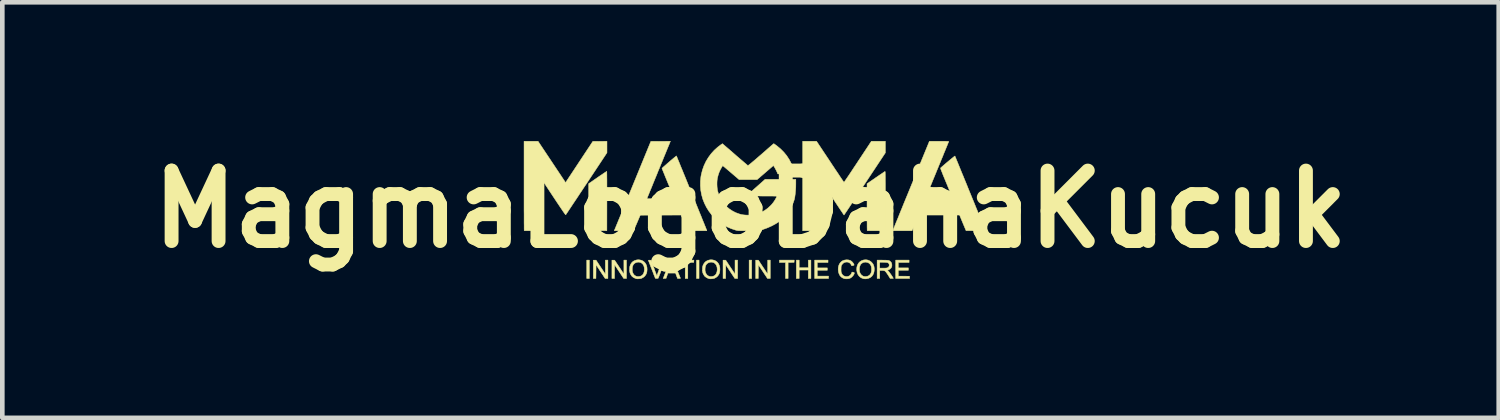
<source format=kicad_pcb>
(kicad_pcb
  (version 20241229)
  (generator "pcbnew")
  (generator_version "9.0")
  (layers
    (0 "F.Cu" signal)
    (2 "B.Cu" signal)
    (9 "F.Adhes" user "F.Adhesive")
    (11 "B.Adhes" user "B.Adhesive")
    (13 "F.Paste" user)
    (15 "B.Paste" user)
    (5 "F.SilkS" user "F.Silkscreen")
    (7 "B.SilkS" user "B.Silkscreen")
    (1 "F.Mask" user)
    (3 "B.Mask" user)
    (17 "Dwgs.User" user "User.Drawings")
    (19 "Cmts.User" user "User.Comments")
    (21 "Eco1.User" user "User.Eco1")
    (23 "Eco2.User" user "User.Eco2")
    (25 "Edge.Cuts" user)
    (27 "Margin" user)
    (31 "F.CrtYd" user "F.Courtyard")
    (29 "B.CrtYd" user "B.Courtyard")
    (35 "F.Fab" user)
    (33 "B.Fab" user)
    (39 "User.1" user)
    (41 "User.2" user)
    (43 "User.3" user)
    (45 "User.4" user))
  (footprint "MagmaLogoDahaKucuk"
    (layer "F.Cu")
    (at 13.179 1.473)
    (property "Reference" "MagmaLogoDahaKucuk" (at 0 0 0) (layer "F.SilkS") (effects (font (size 1.524 1.524) (thickness 0.3))))
    (attr through_hole)
    (fp_poly (pts (xy -3.485 1.499) (xy -3.541 1.499) (xy -3.541 1.102) (xy -3.485 1.102) (xy -3.485 1.499)) (stroke (width 0.01) (type solid)) (fill yes) (layer "F.SilkS"))
    (fp_poly (pts (xy -1.113 1.499) (xy -1.168 1.499) (xy -1.168 1.102) (xy -1.113 1.102) (xy -1.113 1.499)) (stroke (width 0.01) (type solid)) (fill yes) (layer "F.SilkS"))
    (fp_poly (pts (xy 0.025 1.499) (xy -0.03 1.499) (xy -0.03 1.102) (xy 0.025 1.102) (xy 0.025 1.499)) (stroke (width 0.01) (type solid)) (fill yes) (layer "F.SilkS"))
    (fp_poly (pts (xy -1.227 1.151) (xy -1.292 1.152) (xy -1.356 1.153) (xy -1.356 1.499) (xy -1.412 1.499) (xy -1.412 1.153) (xy -1.544 1.153) (xy -1.544 1.102) (xy -1.224 1.102) (xy -1.227 1.151)) (stroke (width 0.01) (type solid)) (fill yes) (layer "F.SilkS"))
    (fp_poly (pts (xy 0.942 1.151) (xy 0.878 1.152) (xy 0.813 1.153) (xy 0.813 1.499) (xy 0.757 1.499) (xy 0.757 1.153) (xy 0.625 1.153) (xy 0.625 1.102) (xy 0.945 1.102) (xy 0.942 1.151)) (stroke (width 0.01) (type solid)) (fill yes) (layer "F.SilkS"))
    (fp_poly (pts (xy 1.052 1.265) (xy 1.25 1.265) (xy 1.25 1.102) (xy 1.306 1.102) (xy 1.306 1.499) (xy 1.25 1.499) (xy 1.25 1.316) (xy 1.052 1.316) (xy 1.052 1.499) (xy 0.991 1.499) (xy 0.991 1.102) (xy 1.052 1.102) (xy 1.052 1.265)) (stroke (width 0.01) (type solid)) (fill yes) (layer "F.SilkS"))
    (fp_poly (pts (xy 1.676 1.153) (xy 1.443 1.153) (xy 1.443 1.27) (xy 1.661 1.27) (xy 1.661 1.321) (xy 1.443 1.321) (xy 1.443 1.448) (xy 1.687 1.448) (xy 1.687 1.499) (xy 1.387 1.499) (xy 1.387 1.102) (xy 1.676 1.102) (xy 1.676 1.153)) (stroke (width 0.01) (type solid)) (fill yes) (layer "F.SilkS"))
    (fp_poly (pts (xy 3.429 1.153) (xy 3.195 1.153) (xy 3.195 1.27) (xy 3.414 1.27) (xy 3.414 1.321) (xy 3.195 1.321) (xy 3.195 1.448) (xy 3.437 1.45) (xy 3.44 1.499) (xy 3.139 1.499) (xy 3.139 1.102) (xy 3.429 1.102) (xy 3.429 1.153)) (stroke (width 0.01) (type solid)) (fill yes) (layer "F.SilkS"))
    (fp_poly (pts (xy -3.084 1.499) (xy -3.143 1.499) (xy -3.242 1.351) (xy -3.34 1.202) (xy -3.341 1.351) (xy -3.343 1.499) (xy -3.399 1.499) (xy -3.399 1.102) (xy -3.34 1.103) (xy -3.24 1.254) (xy -3.139 1.405) (xy -3.139 1.253) (xy -3.139 1.102) (xy -3.084 1.102) (xy -3.084 1.499)) (stroke (width 0.01) (type solid)) (fill yes) (layer "F.SilkS"))
    (fp_poly (pts (xy -2.682 1.499) (xy -2.742 1.499) (xy -2.84 1.351) (xy -2.939 1.202) (xy -2.94 1.351) (xy -2.941 1.499) (xy -2.997 1.499) (xy -2.997 1.102) (xy -2.939 1.103) (xy -2.838 1.254) (xy -2.738 1.405) (xy -2.738 1.253) (xy -2.738 1.102) (xy -2.682 1.102) (xy -2.682 1.499)) (stroke (width 0.01) (type solid)) (fill yes) (layer "F.SilkS"))
    (fp_poly (pts (xy -0.279 1.499) (xy -0.339 1.499) (xy -0.437 1.351) (xy -0.536 1.202) (xy -0.537 1.351) (xy -0.539 1.499) (xy -0.594 1.499) (xy -0.594 1.102) (xy -0.536 1.103) (xy -0.436 1.254) (xy -0.335 1.405) (xy -0.335 1.253) (xy -0.335 1.102) (xy -0.279 1.102) (xy -0.279 1.499)) (stroke (width 0.01) (type solid)) (fill yes) (layer "F.SilkS"))
    (fp_poly (pts (xy 0.427 1.499) (xy 0.367 1.499) (xy 0.269 1.351) (xy 0.17 1.202) (xy 0.169 1.351) (xy 0.167 1.499) (xy 0.112 1.499) (xy 0.112 1.102) (xy 0.17 1.103) (xy 0.27 1.254) (xy 0.371 1.405) (xy 0.371 1.253) (xy 0.371 1.102) (xy 0.427 1.102) (xy 0.427 1.499)) (stroke (width 0.01) (type solid)) (fill yes) (layer "F.SilkS"))
    (fp_poly (pts (xy -3.108 -0.813) (xy -3.107 -0.798) (xy -3.107 -0.772) (xy -3.106 -0.737) (xy -3.106 -0.691) (xy -3.105 -0.635) (xy -3.105 -0.57) (xy -3.105 -0.494) (xy -3.105 -0.408) (xy -3.105 -0.312) (xy -3.105 -0.205) (xy -3.105 -0.177) (xy -3.106 0.465) (xy -3.303 0.466) (xy -3.5 0.467) (xy -3.5 -0.552) (xy -3.307 -0.685) (xy -3.268 -0.712) (xy -3.231 -0.737) (xy -3.197 -0.76) (xy -3.168 -0.78) (xy -3.143 -0.796) (xy -3.125 -0.808) (xy -3.113 -0.816) (xy -3.109 -0.818) (xy -3.108 -0.813)) (stroke (width 0.01) (type solid)) (fill yes) (layer "F.SilkS"))
    (fp_poly (pts (xy 2.909 -0.816) (xy 2.91 -0.813) (xy 2.911 -0.808) (xy 2.912 -0.8) (xy 2.913 -0.788) (xy 2.913 -0.772) (xy 2.914 -0.752) (xy 2.914 -0.726) (xy 2.915 -0.695) (xy 2.915 -0.658) (xy 2.915 -0.614) (xy 2.916 -0.563) (xy 2.916 -0.505) (xy 2.916 -0.438) (xy 2.916 -0.363) (xy 2.916 -0.278) (xy 2.916 -0.184) (xy 2.916 -0.176) (xy 2.916 0.467) (xy 2.721 0.467) (xy 2.678 0.467) (xy 2.637 0.467) (xy 2.601 0.467) (xy 2.571 0.466) (xy 2.547 0.466) (xy 2.531 0.465) (xy 2.523 0.464) (xy 2.523 0.464) (xy 2.523 0.459) (xy 2.522 0.444) (xy 2.522 0.42) (xy 2.521 0.388) (xy 2.521 0.349) (xy 2.521 0.303) (xy 2.52 0.251) (xy 2.52 0.194) (xy 2.52 0.132) (xy 2.52 0.066) (xy 2.52 -0.003) (xy 2.52 -0.045) (xy 2.52 -0.551) (xy 2.71 -0.682) (xy 2.75 -0.709) (xy 2.786 -0.734) (xy 2.82 -0.757) (xy 2.85 -0.777) (xy 2.874 -0.794) (xy 2.893 -0.806) (xy 2.904 -0.814) (xy 2.908 -0.816) (xy 2.909 -0.816)) (stroke (width 0.01) (type solid)) (fill yes) (layer "F.SilkS"))
    (fp_poly (pts (xy -1.674 1.102) (xy -1.595 1.296) (xy -1.578 1.338) (xy -1.562 1.377) (xy -1.548 1.412) (xy -1.536 1.442) (xy -1.526 1.466) (xy -1.519 1.483) (xy -1.515 1.492) (xy -1.515 1.494) (xy -1.518 1.496) (xy -1.53 1.498) (xy -1.545 1.499) (xy -1.578 1.499) (xy -1.622 1.382) (xy -1.786 1.382) (xy -1.806 1.439) (xy -1.826 1.496) (xy -1.889 1.499) (xy -1.825 1.334) (xy -1.768 1.334) (xy -1.763 1.335) (xy -1.75 1.335) (xy -1.731 1.336) (xy -1.707 1.336) (xy -1.704 1.336) (xy -1.676 1.336) (xy -1.657 1.335) (xy -1.647 1.334) (xy -1.642 1.331) (xy -1.642 1.33) (xy -1.646 1.319) (xy -1.653 1.302) (xy -1.661 1.28) (xy -1.67 1.255) (xy -1.679 1.23) (xy -1.687 1.207) (xy -1.695 1.186) (xy -1.7 1.171) (xy -1.703 1.164) (xy -1.703 1.163) (xy -1.706 1.163) (xy -1.709 1.171) (xy -1.711 1.177) (xy -1.715 1.19) (xy -1.722 1.21) (xy -1.731 1.234) (xy -1.741 1.26) (xy -1.743 1.265) (xy -1.752 1.29) (xy -1.759 1.31) (xy -1.765 1.325) (xy -1.768 1.333) (xy -1.768 1.334) (xy -1.825 1.334) (xy -1.736 1.102) (xy -1.674 1.102)) (stroke (width 0.01) (type solid)) (fill yes) (layer "F.SilkS"))
    (fp_poly (pts (xy -1.855 1.103) (xy -1.847 1.105) (xy -1.845 1.109) (xy -1.874 1.182) (xy -1.899 1.247) (xy -1.921 1.303) (xy -1.94 1.35) (xy -1.955 1.39) (xy -1.968 1.423) (xy -1.978 1.449) (xy -1.986 1.468) (xy -1.991 1.482) (xy -1.994 1.49) (xy -1.995 1.492) (xy -2.002 1.496) (xy -2.018 1.498) (xy -2.028 1.499) (xy -2.045 1.498) (xy -2.056 1.496) (xy -2.06 1.491) (xy -2.061 1.49) (xy -2.063 1.483) (xy -2.069 1.469) (xy -2.077 1.448) (xy -2.088 1.421) (xy -2.1 1.389) (xy -2.113 1.354) (xy -2.127 1.318) (xy -2.142 1.281) (xy -2.156 1.244) (xy -2.169 1.209) (xy -2.182 1.178) (xy -2.192 1.151) (xy -2.2 1.129) (xy -2.206 1.115) (xy -2.208 1.108) (xy -2.208 1.105) (xy -2.2 1.103) (xy -2.185 1.103) (xy -2.179 1.103) (xy -2.147 1.105) (xy -2.088 1.271) (xy -2.075 1.31) (xy -2.062 1.346) (xy -2.05 1.377) (xy -2.04 1.403) (xy -2.033 1.422) (xy -2.028 1.434) (xy -2.026 1.438) (xy -2.023 1.433) (xy -2.02 1.426) (xy -2.018 1.419) (xy -2.012 1.403) (xy -2.004 1.38) (xy -1.994 1.352) (xy -1.982 1.318) (xy -1.968 1.282) (xy -1.96 1.259) (xy -1.902 1.103) (xy -1.873 1.102) (xy -1.855 1.103)) (stroke (width 0.01) (type solid)) (fill yes) (layer "F.SilkS"))
    (fp_poly (pts (xy 2.916 -1.468) (xy 2.916 -1.219) (xy 2.47 -0.546) (xy 2.421 -0.471) (xy 2.373 -0.399) (xy 2.326 -0.329) (xy 2.282 -0.263) (xy 2.24 -0.2) (xy 2.201 -0.141) (xy 2.165 -0.087) (xy 2.133 -0.038) (xy 2.104 0.005) (xy 2.079 0.043) (xy 2.058 0.074) (xy 2.041 0.099) (xy 2.03 0.116) (xy 2.023 0.125) (xy 2.022 0.127) (xy 2.019 0.123) (xy 2.01 0.111) (xy 1.997 0.091) (xy 1.98 0.065) (xy 1.958 0.033) (xy 1.933 -0.004) (xy 1.905 -0.046) (xy 1.874 -0.093) (xy 1.84 -0.143) (xy 1.805 -0.197) (xy 1.769 -0.25) (xy 1.519 -0.627) (xy 1.519 -0.08) (xy 1.519 0.467) (xy 1.128 0.467) (xy 1.128 -1.468) (xy 1.428 -1.468) (xy 1.723 -1.025) (xy 1.763 -0.964) (xy 1.802 -0.906) (xy 1.838 -0.851) (xy 1.873 -0.8) (xy 1.905 -0.752) (xy 1.933 -0.709) (xy 1.959 -0.671) (xy 1.98 -0.639) (xy 1.998 -0.614) (xy 2.011 -0.595) (xy 2.018 -0.584) (xy 2.021 -0.58) (xy 2.024 -0.584) (xy 2.033 -0.596) (xy 2.046 -0.615) (xy 2.064 -0.642) (xy 2.086 -0.674) (xy 2.112 -0.712) (xy 2.141 -0.755) (xy 2.173 -0.803) (xy 2.207 -0.855) (xy 2.244 -0.911) (xy 2.283 -0.969) (xy 2.319 -1.024) (xy 2.613 -1.468) (xy 2.764 -1.468) (xy 2.916 -1.468)) (stroke (width 0.01) (type solid)) (fill yes) (layer "F.SilkS"))
    (fp_poly (pts (xy -3.104 -1.221) (xy -3.546 -0.553) (xy -3.596 -0.479) (xy -3.644 -0.406) (xy -3.69 -0.337) (xy -3.734 -0.27) (xy -3.776 -0.207) (xy -3.815 -0.149) (xy -3.851 -0.095) (xy -3.884 -0.045) (xy -3.913 -0.002) (xy -3.938 0.036) (xy -3.959 0.068) (xy -3.976 0.092) (xy -3.987 0.11) (xy -3.994 0.119) (xy -3.995 0.121) (xy -3.997 0.121) (xy -4.001 0.117) (xy -4.008 0.109) (xy -4.017 0.098) (xy -4.029 0.081) (xy -4.044 0.06) (xy -4.063 0.033) (xy -4.085 -0.001) (xy -4.112 -0.04) (xy -4.143 -0.087) (xy -4.179 -0.14) (xy -4.22 -0.202) (xy -4.25 -0.247) (xy -4.498 -0.622) (xy -4.501 0.467) (xy -4.696 0.467) (xy -4.739 0.467) (xy -4.779 0.467) (xy -4.815 0.467) (xy -4.846 0.466) (xy -4.87 0.466) (xy -4.886 0.465) (xy -4.893 0.464) (xy -4.894 0.464) (xy -4.894 0.459) (xy -4.894 0.444) (xy -4.895 0.419) (xy -4.895 0.387) (xy -4.895 0.346) (xy -4.896 0.297) (xy -4.896 0.241) (xy -4.896 0.178) (xy -4.896 0.11) (xy -4.897 0.035) (xy -4.897 -0.045) (xy -4.897 -0.129) (xy -4.897 -0.217) (xy -4.897 -0.31) (xy -4.897 -0.405) (xy -4.897 -0.504) (xy -4.897 -1.468) (xy -4.594 -1.468) (xy -3.999 -0.575) (xy -3.705 -1.02) (xy -3.41 -1.466) (xy -3.257 -1.467) (xy -3.104 -1.468) (xy -3.104 -1.221)) (stroke (width 0.01) (type solid)) (fill yes) (layer "F.SilkS"))
    (fp_poly (pts (xy 2.54 1.101) (xy 2.578 1.118) (xy 2.613 1.143) (xy 2.623 1.154) (xy 2.646 1.181) (xy 2.661 1.21) (xy 2.671 1.243) (xy 2.676 1.283) (xy 2.676 1.288) (xy 2.674 1.337) (xy 2.665 1.381) (xy 2.647 1.42) (xy 2.623 1.452) (xy 2.592 1.477) (xy 2.554 1.495) (xy 2.511 1.505) (xy 2.497 1.506) (xy 2.476 1.507) (xy 2.455 1.505) (xy 2.445 1.504) (xy 2.405 1.49) (xy 2.37 1.469) (xy 2.341 1.44) (xy 2.319 1.405) (xy 2.304 1.364) (xy 2.297 1.322) (xy 2.354 1.322) (xy 2.361 1.361) (xy 2.376 1.394) (xy 2.397 1.422) (xy 2.425 1.443) (xy 2.442 1.451) (xy 2.468 1.456) (xy 2.497 1.456) (xy 2.527 1.451) (xy 2.552 1.441) (xy 2.552 1.441) (xy 2.579 1.421) (xy 2.598 1.395) (xy 2.611 1.364) (xy 2.617 1.325) (xy 2.617 1.306) (xy 2.616 1.272) (xy 2.612 1.244) (xy 2.604 1.221) (xy 2.592 1.199) (xy 2.571 1.175) (xy 2.544 1.158) (xy 2.513 1.148) (xy 2.48 1.145) (xy 2.447 1.151) (xy 2.425 1.16) (xy 2.399 1.177) (xy 2.379 1.199) (xy 2.366 1.228) (xy 2.357 1.264) (xy 2.355 1.279) (xy 2.354 1.322) (xy 2.297 1.322) (xy 2.297 1.318) (xy 2.296 1.301) (xy 2.3 1.252) (xy 2.313 1.209) (xy 2.332 1.172) (xy 2.359 1.142) (xy 2.393 1.118) (xy 2.433 1.102) (xy 2.455 1.097) (xy 2.498 1.094) (xy 2.54 1.101)) (stroke (width 0.01) (type solid)) (fill yes) (layer "F.SilkS"))
    (fp_poly (pts (xy 2.891 1.103) (xy 2.926 1.103) (xy 2.955 1.105) (xy 2.975 1.107) (xy 2.986 1.108) (xy 3.01 1.119) (xy 3.032 1.138) (xy 3.048 1.161) (xy 3.052 1.172) (xy 3.058 1.207) (xy 3.055 1.239) (xy 3.043 1.267) (xy 3.023 1.29) (xy 2.996 1.307) (xy 2.985 1.311) (xy 2.972 1.316) (xy 2.964 1.318) (xy 2.963 1.319) (xy 2.965 1.323) (xy 2.973 1.332) (xy 2.985 1.344) (xy 2.986 1.345) (xy 2.994 1.355) (xy 3.006 1.37) (xy 3.02 1.39) (xy 3.036 1.412) (xy 3.051 1.434) (xy 3.065 1.456) (xy 3.077 1.474) (xy 3.085 1.488) (xy 3.089 1.496) (xy 3.089 1.496) (xy 3.084 1.497) (xy 3.072 1.498) (xy 3.055 1.498) (xy 3.054 1.498) (xy 3.02 1.498) (xy 2.995 1.457) (xy 2.968 1.415) (xy 2.945 1.381) (xy 2.926 1.356) (xy 2.91 1.34) (xy 2.904 1.336) (xy 2.894 1.331) (xy 2.881 1.328) (xy 2.862 1.326) (xy 2.841 1.326) (xy 2.794 1.326) (xy 2.794 1.499) (xy 2.738 1.499) (xy 2.738 1.275) (xy 2.794 1.275) (xy 2.864 1.275) (xy 2.891 1.275) (xy 2.917 1.274) (xy 2.938 1.272) (xy 2.952 1.27) (xy 2.953 1.27) (xy 2.976 1.259) (xy 2.992 1.242) (xy 2.999 1.221) (xy 2.999 1.197) (xy 2.995 1.187) (xy 2.989 1.175) (xy 2.981 1.165) (xy 2.969 1.159) (xy 2.952 1.154) (xy 2.929 1.151) (xy 2.898 1.15) (xy 2.874 1.149) (xy 2.794 1.147) (xy 2.794 1.275) (xy 2.738 1.275) (xy 2.738 1.102) (xy 2.85 1.102) (xy 2.891 1.103)) (stroke (width 0.01) (type solid)) (fill yes) (layer "F.SilkS"))
    (fp_poly (pts (xy -2.393 1.097) (xy -2.356 1.106) (xy -2.322 1.123) (xy -2.292 1.147) (xy -2.271 1.173) (xy -2.25 1.212) (xy -2.239 1.256) (xy -2.236 1.305) (xy -2.237 1.312) (xy -2.239 1.343) (xy -2.243 1.367) (xy -2.249 1.387) (xy -2.258 1.407) (xy -2.267 1.422) (xy -2.29 1.452) (xy -2.32 1.476) (xy -2.353 1.494) (xy -2.356 1.495) (xy -2.38 1.502) (xy -2.409 1.505) (xy -2.438 1.507) (xy -2.463 1.505) (xy -2.471 1.503) (xy -2.494 1.495) (xy -2.52 1.483) (xy -2.544 1.468) (xy -2.563 1.452) (xy -2.566 1.449) (xy -2.577 1.434) (xy -2.589 1.415) (xy -2.597 1.398) (xy -2.606 1.379) (xy -2.611 1.36) (xy -2.614 1.339) (xy -2.615 1.323) (xy -2.558 1.323) (xy -2.551 1.361) (xy -2.536 1.395) (xy -2.515 1.423) (xy -2.487 1.443) (xy -2.471 1.451) (xy -2.444 1.456) (xy -2.414 1.456) (xy -2.385 1.451) (xy -2.36 1.441) (xy -2.333 1.42) (xy -2.313 1.391) (xy -2.301 1.356) (xy -2.295 1.314) (xy -2.295 1.3) (xy -2.299 1.257) (xy -2.31 1.22) (xy -2.329 1.189) (xy -2.356 1.165) (xy -2.369 1.157) (xy -2.397 1.148) (xy -2.429 1.145) (xy -2.461 1.15) (xy -2.489 1.161) (xy -2.514 1.178) (xy -2.533 1.199) (xy -2.546 1.226) (xy -2.555 1.26) (xy -2.557 1.28) (xy -2.558 1.323) (xy -2.615 1.323) (xy -2.615 1.318) (xy -2.615 1.278) (xy -2.611 1.243) (xy -2.6 1.211) (xy -2.589 1.187) (xy -2.567 1.155) (xy -2.539 1.129) (xy -2.506 1.111) (xy -2.469 1.099) (xy -2.431 1.094) (xy -2.393 1.097)) (stroke (width 0.01) (type solid)) (fill yes) (layer "F.SilkS"))
    (fp_poly (pts (xy -0.818 1.097) (xy -0.781 1.106) (xy -0.747 1.123) (xy -0.717 1.147) (xy -0.696 1.173) (xy -0.676 1.212) (xy -0.664 1.256) (xy -0.661 1.305) (xy -0.662 1.312) (xy -0.664 1.343) (xy -0.668 1.367) (xy -0.674 1.387) (xy -0.683 1.407) (xy -0.692 1.422) (xy -0.715 1.452) (xy -0.745 1.476) (xy -0.778 1.494) (xy -0.782 1.495) (xy -0.806 1.502) (xy -0.834 1.505) (xy -0.863 1.507) (xy -0.888 1.505) (xy -0.896 1.503) (xy -0.92 1.495) (xy -0.945 1.483) (xy -0.969 1.468) (xy -0.988 1.452) (xy -0.992 1.449) (xy -1.002 1.434) (xy -1.014 1.415) (xy -1.023 1.398) (xy -1.031 1.379) (xy -1.036 1.36) (xy -1.039 1.339) (xy -1.04 1.323) (xy -0.983 1.323) (xy -0.976 1.361) (xy -0.961 1.395) (xy -0.94 1.423) (xy -0.913 1.443) (xy -0.896 1.451) (xy -0.87 1.456) (xy -0.84 1.456) (xy -0.81 1.451) (xy -0.785 1.441) (xy -0.758 1.42) (xy -0.739 1.391) (xy -0.726 1.356) (xy -0.72 1.314) (xy -0.72 1.3) (xy -0.724 1.257) (xy -0.735 1.22) (xy -0.755 1.189) (xy -0.781 1.165) (xy -0.795 1.157) (xy -0.823 1.148) (xy -0.854 1.145) (xy -0.886 1.15) (xy -0.914 1.161) (xy -0.939 1.178) (xy -0.958 1.199) (xy -0.971 1.226) (xy -0.98 1.26) (xy -0.982 1.28) (xy -0.983 1.323) (xy -1.04 1.323) (xy -1.04 1.318) (xy -1.04 1.278) (xy -1.036 1.243) (xy -1.026 1.211) (xy -1.014 1.187) (xy -0.992 1.155) (xy -0.964 1.129) (xy -0.931 1.111) (xy -0.894 1.099) (xy -0.856 1.094) (xy -0.818 1.097)) (stroke (width 0.01) (type solid)) (fill yes) (layer "F.SilkS"))
    (fp_poly (pts (xy 2.115 1.097) (xy 2.153 1.107) (xy 2.164 1.113) (xy 2.182 1.124) (xy 2.2 1.141) (xy 2.216 1.16) (xy 2.23 1.18) (xy 2.238 1.198) (xy 2.24 1.208) (xy 2.236 1.212) (xy 2.225 1.216) (xy 2.211 1.22) (xy 2.198 1.223) (xy 2.19 1.224) (xy 2.185 1.22) (xy 2.18 1.209) (xy 2.18 1.208) (xy 2.167 1.185) (xy 2.147 1.165) (xy 2.122 1.151) (xy 2.094 1.144) (xy 2.085 1.143) (xy 2.049 1.147) (xy 2.017 1.16) (xy 1.991 1.182) (xy 1.971 1.21) (xy 1.969 1.214) (xy 1.964 1.226) (xy 1.961 1.238) (xy 1.959 1.253) (xy 1.959 1.274) (xy 1.958 1.301) (xy 1.958 1.328) (xy 1.959 1.347) (xy 1.961 1.361) (xy 1.964 1.373) (xy 1.968 1.384) (xy 1.974 1.395) (xy 1.992 1.423) (xy 2.016 1.442) (xy 2.046 1.453) (xy 2.067 1.457) (xy 2.102 1.455) (xy 2.132 1.445) (xy 2.158 1.426) (xy 2.177 1.4) (xy 2.184 1.385) (xy 2.19 1.371) (xy 2.194 1.362) (xy 2.196 1.361) (xy 2.21 1.362) (xy 2.225 1.365) (xy 2.238 1.37) (xy 2.244 1.375) (xy 2.244 1.375) (xy 2.244 1.389) (xy 2.238 1.407) (xy 2.226 1.427) (xy 2.21 1.448) (xy 2.191 1.467) (xy 2.171 1.483) (xy 2.153 1.493) (xy 2.125 1.502) (xy 2.092 1.506) (xy 2.058 1.506) (xy 2.029 1.502) (xy 1.991 1.487) (xy 1.959 1.465) (xy 1.933 1.435) (xy 1.914 1.397) (xy 1.902 1.36) (xy 1.896 1.314) (xy 1.897 1.27) (xy 1.905 1.228) (xy 1.92 1.189) (xy 1.942 1.157) (xy 1.969 1.13) (xy 1.993 1.115) (xy 2.033 1.101) (xy 2.074 1.095) (xy 2.115 1.097)) (stroke (width 0.01) (type solid)) (fill yes) (layer "F.SilkS"))
    (fp_poly (pts (xy -1.739 -1.452) (xy -1.746 -1.435) (xy -1.756 -1.41) (xy -1.769 -1.378) (xy -1.785 -1.34) (xy -1.803 -1.296) (xy -1.823 -1.247) (xy -1.845 -1.193) (xy -1.869 -1.136) (xy -1.893 -1.076) (xy -1.919 -1.013) (xy -1.946 -0.948) (xy -1.972 -0.883) (xy -2 -0.817) (xy -2.026 -0.751) (xy -2.053 -0.686) (xy -2.079 -0.623) (xy -2.104 -0.562) (xy -2.127 -0.504) (xy -2.149 -0.45) (xy -2.17 -0.4) (xy -2.188 -0.355) (xy -2.204 -0.316) (xy -2.218 -0.283) (xy -2.228 -0.257) (xy -2.236 -0.238) (xy -2.24 -0.228) (xy -2.24 -0.227) (xy -2.235 -0.226) (xy -2.221 -0.226) (xy -2.199 -0.225) (xy -2.168 -0.225) (xy -2.132 -0.224) (xy -2.089 -0.224) (xy -2.042 -0.224) (xy -1.991 -0.224) (xy -1.943 -0.224) (xy -1.878 -0.224) (xy -1.823 -0.224) (xy -1.776 -0.224) (xy -1.738 -0.224) (xy -1.708 -0.225) (xy -1.684 -0.225) (xy -1.667 -0.226) (xy -1.656 -0.227) (xy -1.649 -0.228) (xy -1.647 -0.23) (xy -1.647 -0.23) (xy -1.65 -0.236) (xy -1.656 -0.25) (xy -1.665 -0.272) (xy -1.677 -0.301) (xy -1.691 -0.336) (xy -1.708 -0.377) (xy -1.727 -0.423) (xy -1.747 -0.473) (xy -1.769 -0.525) (xy -1.783 -0.558) (xy -1.805 -0.612) (xy -1.826 -0.663) (xy -1.846 -0.711) (xy -1.863 -0.755) (xy -1.879 -0.793) (xy -1.892 -0.826) (xy -1.903 -0.852) (xy -1.91 -0.871) (xy -1.914 -0.881) (xy -1.915 -0.883) (xy -1.911 -0.887) (xy -1.901 -0.897) (xy -1.885 -0.912) (xy -1.864 -0.93) (xy -1.839 -0.952) (xy -1.812 -0.976) (xy -1.783 -1.001) (xy -1.753 -1.027) (xy -1.723 -1.053) (xy -1.694 -1.077) (xy -1.668 -1.099) (xy -1.644 -1.119) (xy -1.625 -1.134) (xy -1.611 -1.145) (xy -1.604 -1.151) (xy -1.602 -1.152) (xy -1.6 -1.147) (xy -1.594 -1.133) (xy -1.585 -1.111) (xy -1.573 -1.081) (xy -1.558 -1.045) (xy -1.54 -1.002) (xy -1.52 -0.952) (xy -1.498 -0.898) (xy -1.473 -0.839) (xy -1.448 -0.776) (xy -1.42 -0.709) (xy -1.392 -0.64) (xy -1.363 -0.568) (xy -1.333 -0.494) (xy -1.302 -0.42) (xy -1.271 -0.344) (xy -1.241 -0.269) (xy -1.21 -0.194) (xy -1.18 -0.121) (xy -1.151 -0.049) (xy -1.123 0.02) (xy -1.096 0.087) (xy -1.07 0.149) (xy -1.047 0.208) (xy -1.025 0.262) (xy -1.005 0.31) (xy -0.988 0.353) (xy -0.973 0.389) (xy -0.962 0.418) (xy -0.953 0.439) (xy -0.948 0.452) (xy -0.947 0.456) (xy -0.944 0.467) (xy -1.359 0.467) (xy -1.43 0.297) (xy -1.501 0.127) (xy -2.384 0.13) (xy -2.528 0.465) (xy -2.737 0.466) (xy -2.782 0.466) (xy -2.824 0.467) (xy -2.861 0.467) (xy -2.893 0.467) (xy -2.918 0.467) (xy -2.936 0.466) (xy -2.945 0.466) (xy -2.946 0.466) (xy -2.944 0.461) (xy -2.939 0.448) (xy -2.93 0.425) (xy -2.917 0.395) (xy -2.902 0.357) (xy -2.883 0.312) (xy -2.862 0.26) (xy -2.838 0.202) (xy -2.812 0.138) (xy -2.784 0.068) (xy -2.753 -0.006) (xy -2.721 -0.086) (xy -2.687 -0.169) (xy -2.651 -0.256) (xy -2.614 -0.346) (xy -2.576 -0.439) (xy -2.551 -0.5) (xy -2.155 -1.466) (xy -1.943 -1.467) (xy -1.732 -1.468) (xy -1.739 -1.452)) (stroke (width 0.01) (type solid)) (fill yes) (layer "F.SilkS"))
    (fp_poly (pts (xy 4.131 -1.468) (xy 4.174 -1.468) (xy 4.208 -1.468) (xy 4.236 -1.467) (xy 4.256 -1.467) (xy 4.27 -1.466) (xy 4.279 -1.465) (xy 4.284 -1.463) (xy 4.286 -1.462) (xy 4.286 -1.461) (xy 4.284 -1.455) (xy 4.278 -1.441) (xy 4.268 -1.418) (xy 4.256 -1.388) (xy 4.241 -1.351) (xy 4.223 -1.307) (xy 4.202 -1.256) (xy 4.179 -1.201) (xy 4.155 -1.14) (xy 4.128 -1.076) (xy 4.1 -1.007) (xy 4.07 -0.935) (xy 4.04 -0.861) (xy 4.033 -0.845) (xy 4.003 -0.77) (xy 3.973 -0.698) (xy 3.944 -0.628) (xy 3.918 -0.563) (xy 3.892 -0.501) (xy 3.869 -0.445) (xy 3.848 -0.394) (xy 3.83 -0.348) (xy 3.814 -0.309) (xy 3.801 -0.278) (xy 3.791 -0.254) (xy 3.784 -0.238) (xy 3.781 -0.23) (xy 3.781 -0.23) (xy 3.782 -0.228) (xy 3.788 -0.227) (xy 3.799 -0.226) (xy 3.815 -0.226) (xy 3.837 -0.225) (xy 3.866 -0.224) (xy 3.903 -0.224) (xy 3.948 -0.224) (xy 4.001 -0.224) (xy 4.065 -0.224) (xy 4.076 -0.224) (xy 4.13 -0.224) (xy 4.181 -0.224) (xy 4.228 -0.224) (xy 4.27 -0.224) (xy 4.306 -0.225) (xy 4.335 -0.225) (xy 4.357 -0.226) (xy 4.37 -0.226) (xy 4.374 -0.227) (xy 4.372 -0.232) (xy 4.367 -0.246) (xy 4.358 -0.267) (xy 4.346 -0.296) (xy 4.332 -0.331) (xy 4.315 -0.372) (xy 4.297 -0.417) (xy 4.276 -0.467) (xy 4.255 -0.52) (xy 4.239 -0.558) (xy 4.212 -0.623) (xy 4.189 -0.679) (xy 4.169 -0.727) (xy 4.153 -0.767) (xy 4.14 -0.801) (xy 4.129 -0.828) (xy 4.121 -0.849) (xy 4.115 -0.866) (xy 4.112 -0.878) (xy 4.11 -0.885) (xy 4.11 -0.89) (xy 4.111 -0.891) (xy 4.126 -0.905) (xy 4.146 -0.923) (xy 4.17 -0.944) (xy 4.198 -0.968) (xy 4.227 -0.993) (xy 4.257 -1.018) (xy 4.288 -1.044) (xy 4.317 -1.068) (xy 4.345 -1.091) (xy 4.37 -1.111) (xy 4.391 -1.128) (xy 4.407 -1.141) (xy 4.417 -1.148) (xy 4.42 -1.15) (xy 4.422 -1.145) (xy 4.428 -1.131) (xy 4.437 -1.109) (xy 4.449 -1.08) (xy 4.464 -1.043) (xy 4.482 -1) (xy 4.502 -0.951) (xy 4.524 -0.897) (xy 4.548 -0.838) (xy 4.574 -0.774) (xy 4.602 -0.708) (xy 4.63 -0.638) (xy 4.66 -0.566) (xy 4.69 -0.492) (xy 4.72 -0.417) (xy 4.751 -0.342) (xy 4.782 -0.266) (xy 4.813 -0.191) (xy 4.843 -0.118) (xy 4.872 -0.045) (xy 4.901 0.024) (xy 4.928 0.091) (xy 4.954 0.154) (xy 4.978 0.214) (xy 5 0.268) (xy 5.02 0.317) (xy 5.038 0.361) (xy 5.053 0.398) (xy 5.065 0.428) (xy 5.074 0.45) (xy 5.079 0.461) (xy 5.077 0.463) (xy 5.072 0.464) (xy 5.061 0.465) (xy 5.045 0.466) (xy 5.021 0.466) (xy 4.991 0.466) (xy 4.952 0.467) (xy 4.904 0.466) (xy 4.871 0.466) (xy 4.661 0.465) (xy 4.59 0.296) (xy 4.52 0.127) (xy 3.638 0.127) (xy 3.565 0.297) (xy 3.493 0.467) (xy 3.286 0.467) (xy 3.228 0.467) (xy 3.18 0.467) (xy 3.142 0.466) (xy 3.113 0.466) (xy 3.093 0.465) (xy 3.082 0.463) (xy 3.078 0.462) (xy 3.08 0.457) (xy 3.086 0.443) (xy 3.095 0.42) (xy 3.107 0.389) (xy 3.123 0.351) (xy 3.141 0.305) (xy 3.163 0.253) (xy 3.187 0.195) (xy 3.213 0.13) (xy 3.241 0.06) (xy 3.272 -0.014) (xy 3.304 -0.094) (xy 3.338 -0.177) (xy 3.374 -0.264) (xy 3.411 -0.354) (xy 3.449 -0.447) (xy 3.473 -0.506) (xy 3.868 -1.468) (xy 4.078 -1.468) (xy 4.131 -1.468)) (stroke (width 0.01) (type solid)) (fill yes) (layer "F.SilkS"))
    (fp_poly (pts (xy 0.508 -1.414) (xy 0.519 -1.406) (xy 0.536 -1.394) (xy 0.557 -1.379) (xy 0.572 -1.368) (xy 0.65 -1.303) (xy 0.72 -1.233) (xy 0.783 -1.156) (xy 0.837 -1.073) (xy 0.884 -0.983) (xy 0.923 -0.887) (xy 0.935 -0.854) (xy 0.943 -0.827) (xy 0.951 -0.803) (xy 0.956 -0.785) (xy 0.96 -0.772) (xy 0.96 -0.769) (xy 0.959 -0.767) (xy 0.954 -0.766) (xy 0.945 -0.764) (xy 0.931 -0.764) (xy 0.911 -0.763) (xy 0.884 -0.762) (xy 0.849 -0.762) (xy 0.805 -0.762) (xy 0.774 -0.762) (xy 0.589 -0.762) (xy 0.583 -0.779) (xy 0.577 -0.793) (xy 0.568 -0.813) (xy 0.557 -0.836) (xy 0.544 -0.861) (xy 0.531 -0.885) (xy 0.519 -0.906) (xy 0.51 -0.921) (xy 0.506 -0.927) (xy 0.494 -0.942) (xy 0.319 -0.791) (xy 0.143 -0.64) (xy -0.247 -0.64) (xy -0.422 -0.79) (xy -0.458 -0.821) (xy -0.492 -0.849) (xy -0.522 -0.875) (xy -0.549 -0.898) (xy -0.57 -0.916) (xy -0.587 -0.929) (xy -0.597 -0.938) (xy -0.599 -0.94) (xy -0.604 -0.936) (xy -0.612 -0.924) (xy -0.622 -0.908) (xy -0.634 -0.887) (xy -0.646 -0.866) (xy -0.657 -0.844) (xy -0.659 -0.841) (xy -0.682 -0.788) (xy -0.701 -0.73) (xy -0.716 -0.669) (xy -0.719 -0.651) (xy -0.723 -0.615) (xy -0.725 -0.573) (xy -0.725 -0.528) (xy -0.723 -0.483) (xy -0.719 -0.442) (xy -0.714 -0.407) (xy -0.714 -0.406) (xy -0.691 -0.326) (xy -0.66 -0.25) (xy -0.62 -0.18) (xy -0.573 -0.115) (xy -0.518 -0.056) (xy -0.457 -0.005) (xy -0.39 0.039) (xy -0.318 0.076) (xy -0.24 0.104) (xy -0.187 0.118) (xy -0.145 0.124) (xy -0.098 0.128) (xy -0.048 0.129) (xy 0.002 0.128) (xy 0.047 0.124) (xy 0.081 0.118) (xy 0.163 0.095) (xy 0.239 0.065) (xy 0.309 0.026) (xy 0.374 -0.021) (xy 0.434 -0.077) (xy 0.438 -0.081) (xy 0.459 -0.103) (xy 0.48 -0.129) (xy 0.499 -0.153) (xy 0.509 -0.169) (xy 0.524 -0.191) (xy 0.538 -0.215) (xy 0.551 -0.238) (xy 0.561 -0.257) (xy 0.567 -0.272) (xy 0.569 -0.279) (xy 0.564 -0.28) (xy 0.55 -0.282) (xy 0.526 -0.282) (xy 0.492 -0.283) (xy 0.449 -0.284) (xy 0.396 -0.284) (xy 0.332 -0.284) (xy 0.259 -0.284) (xy 0.244 -0.284) (xy 0.187 -0.285) (xy 0.134 -0.285) (xy 0.085 -0.285) (xy 0.04 -0.285) (xy 0.001 -0.286) (xy -0.031 -0.287) (xy -0.056 -0.287) (xy -0.073 -0.288) (xy -0.081 -0.289) (xy -0.081 -0.289) (xy -0.078 -0.293) (xy -0.067 -0.303) (xy -0.05 -0.319) (xy -0.028 -0.339) (xy -0.001 -0.364) (xy 0.03 -0.392) (xy 0.065 -0.423) (xy 0.102 -0.456) (xy 0.117 -0.469) (xy 0.315 -0.645) (xy 0.648 -0.645) (xy 0.98 -0.645) (xy 0.98 -0.548) (xy 0.979 -0.475) (xy 0.974 -0.4) (xy 0.967 -0.328) (xy 0.958 -0.261) (xy 0.958 -0.259) (xy 0.947 -0.208) (xy 0.93 -0.156) (xy 0.908 -0.1) (xy 0.881 -0.043) (xy 0.84 0.032) (xy 0.796 0.099) (xy 0.748 0.158) (xy 0.694 0.21) (xy 0.635 0.258) (xy 0.61 0.275) (xy 0.534 0.322) (xy 0.453 0.365) (xy 0.37 0.402) (xy 0.286 0.433) (xy 0.206 0.457) (xy 0.205 0.457) (xy 0.194 0.46) (xy 0.184 0.462) (xy 0.172 0.463) (xy 0.158 0.465) (xy 0.141 0.466) (xy 0.12 0.466) (xy 0.093 0.467) (xy 0.06 0.467) (xy 0.019 0.467) (xy -0.03 0.467) (xy -0.054 0.467) (xy -0.107 0.467) (xy -0.151 0.467) (xy -0.187 0.466) (xy -0.215 0.466) (xy -0.238 0.465) (xy -0.257 0.465) (xy -0.271 0.463) (xy -0.283 0.462) (xy -0.294 0.46) (xy -0.304 0.458) (xy -0.315 0.455) (xy -0.315 0.455) (xy -0.415 0.422) (xy -0.508 0.382) (xy -0.596 0.333) (xy -0.615 0.321) (xy -0.697 0.261) (xy -0.772 0.195) (xy -0.84 0.122) (xy -0.9 0.044) (xy -0.952 -0.039) (xy -0.996 -0.127) (xy -1.032 -0.218) (xy -1.058 -0.312) (xy -1.076 -0.409) (xy -1.084 -0.507) (xy -1.083 -0.607) (xy -1.072 -0.708) (xy -1.064 -0.751) (xy -1.039 -0.849) (xy -1.005 -0.944) (xy -0.962 -1.035) (xy -0.91 -1.12) (xy -0.851 -1.2) (xy -0.784 -1.274) (xy -0.71 -1.341) (xy -0.637 -1.396) (xy -0.607 -1.416) (xy -0.513 -1.335) (xy -0.441 -1.273) (xy -0.375 -1.216) (xy -0.315 -1.163) (xy -0.26 -1.116) (xy -0.211 -1.074) (xy -0.169 -1.038) (xy -0.133 -1.007) (xy -0.103 -0.982) (xy -0.081 -0.963) (xy -0.066 -0.95) (xy -0.058 -0.944) (xy -0.057 -0.943) (xy -0.052 -0.945) (xy -0.039 -0.954) (xy -0.02 -0.969) (xy 0.007 -0.99) (xy 0.041 -1.019) (xy 0.082 -1.053) (xy 0.131 -1.095) (xy 0.186 -1.143) (xy 0.25 -1.198) (xy 0.32 -1.259) (xy 0.381 -1.313) (xy 0.41 -1.338) (xy 0.437 -1.362) (xy 0.461 -1.382) (xy 0.48 -1.399) (xy 0.494 -1.41) (xy 0.502 -1.416) (xy 0.503 -1.417) (xy 0.508 -1.414)) (stroke (width 0.01) (type solid)) (fill yes) (layer "F.SilkS")))
  (gr_rect
    (start -3 -3)
    (end 29.358 5.985)
    (stroke (width 0.1) (type default))
    (fill no)
    (layer "Edge.Cuts")))
</source>
